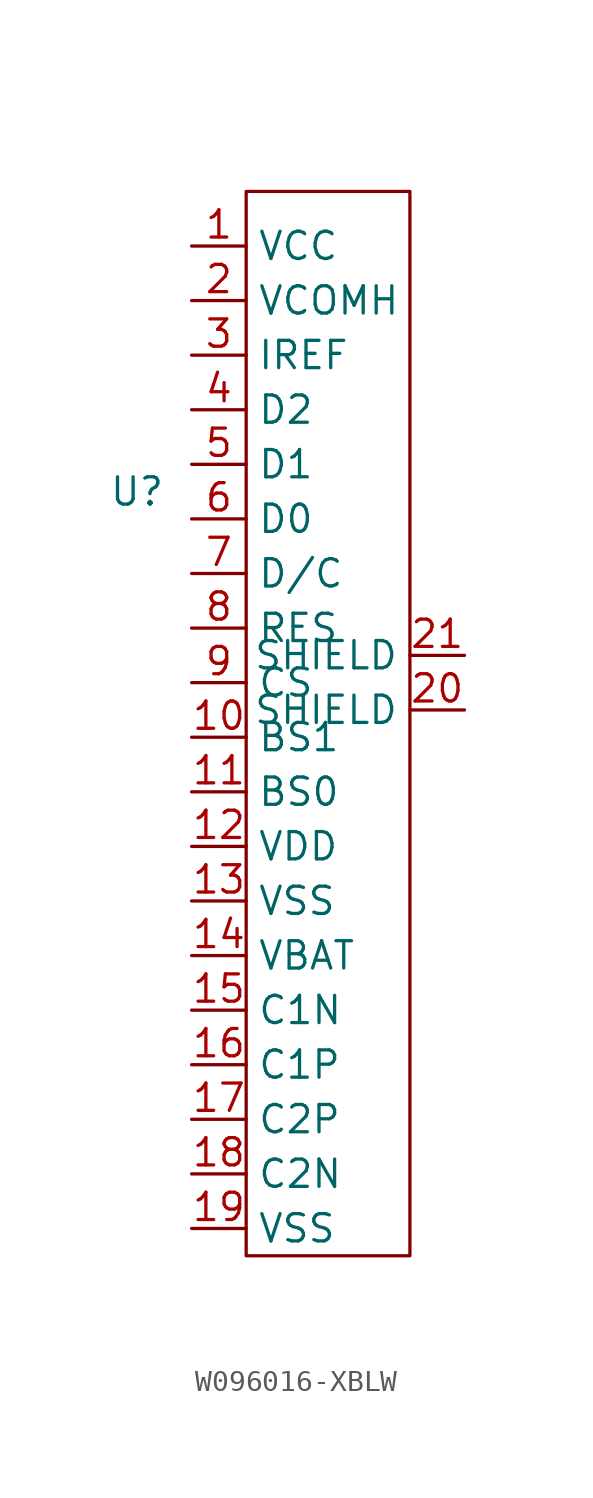
<source format=kicad_sym>
(kicad_symbol_lib
  (version 20231120)
  (generator "kicad_symbol_editor")
  (generator_version "8.0")
  (symbol "W096016-XBLW"
    (property "Reference" "U"
      (at 0 0 0)
      (effects (font (size 1.27 1.27))))
    (property "Value" ""
      (at 0 0 0)
      (effects (font (size 1.27 1.27))))
    (symbol "W096016-XBLW_0_1"
      (polyline (pts (xy 5.08 13.97) (xy 12.7 13.97) (xy 12.7 -35.56) (xy 5.08 -35.56) (xy 5.08 13.97)) (stroke (width 0) (type default)) (fill (type none))))
    (symbol "W096016-XBLW_1_1"
      (pin input line (at 2.54 11.43 0) (length 2.54) (name "VCC" (effects (font (size 1.27 1.27)))) (number "1" (effects (font (size 1.27 1.27)))))
      (pin input line (at 2.54 -11.43 0) (length 2.54) (name "BS1" (effects (font (size 1.27 1.27)))) (number "10" (effects (font (size 1.27 1.27)))))
      (pin input line (at 2.54 -13.97 0) (length 2.54) (name "BS0" (effects (font (size 1.27 1.27)))) (number "11" (effects (font (size 1.27 1.27)))))
      (pin input line (at 2.54 -16.51 0) (length 2.54) (name "VDD" (effects (font (size 1.27 1.27)))) (number "12" (effects (font (size 1.27 1.27)))))
      (pin input line (at 2.54 -19.05 0) (length 2.54) (name "VSS" (effects (font (size 1.27 1.27)))) (number "13" (effects (font (size 1.27 1.27)))))
      (pin input line (at 2.54 -21.59 0) (length 2.54) (name "VBAT" (effects (font (size 1.27 1.27)))) (number "14" (effects (font (size 1.27 1.27)))))
      (pin input line (at 2.54 -24.13 0) (length 2.54) (name "C1N" (effects (font (size 1.27 1.27)))) (number "15" (effects (font (size 1.27 1.27)))))
      (pin input line (at 2.54 -26.67 0) (length 2.54) (name "C1P" (effects (font (size 1.27 1.27)))) (number "16" (effects (font (size 1.27 1.27)))))
      (pin input line (at 2.54 -29.21 0) (length 2.54) (name "C2P" (effects (font (size 1.27 1.27)))) (number "17" (effects (font (size 1.27 1.27)))))
      (pin input line (at 2.54 -31.75 0) (length 2.54) (name "C2N" (effects (font (size 1.27 1.27)))) (number "18" (effects (font (size 1.27 1.27)))))
      (pin input line (at 2.54 -34.29 0) (length 2.54) (name "VSS" (effects (font (size 1.27 1.27)))) (number "19" (effects (font (size 1.27 1.27)))))
      (pin input line (at 2.54 8.89 0) (length 2.54) (name "VCOMH" (effects (font (size 1.27 1.27)))) (number "2" (effects (font (size 1.27 1.27)))))
      (pin input line (at 15.24 -10.16 180) (length 2.54) (name "SHIELD" (effects (font (size 1.27 1.27)))) (number "20" (effects (font (size 1.27 1.27)))))
      (pin input line (at 15.24 -7.62 180) (length 2.54) (name "SHIELD" (effects (font (size 1.27 1.27)))) (number "21" (effects (font (size 1.27 1.27)))))
      (pin input line (at 2.54 6.35 0) (length 2.54) (name "IREF" (effects (font (size 1.27 1.27)))) (number "3" (effects (font (size 1.27 1.27)))))
      (pin input line (at 2.54 3.81 0) (length 2.54) (name "D2" (effects (font (size 1.27 1.27)))) (number "4" (effects (font (size 1.27 1.27)))))
      (pin input line (at 2.54 1.27 0) (length 2.54) (name "D1" (effects (font (size 1.27 1.27)))) (number "5" (effects (font (size 1.27 1.27)))))
      (pin input line (at 2.54 -1.27 0) (length 2.54) (name "D0" (effects (font (size 1.27 1.27)))) (number "6" (effects (font (size 1.27 1.27)))))
      (pin input line (at 2.54 -3.81 0) (length 2.54) (name "D/C" (effects (font (size 1.27 1.27)))) (number "7" (effects (font (size 1.27 1.27)))))
      (pin input line (at 2.54 -6.35 0) (length 2.54) (name "RES" (effects (font (size 1.27 1.27)))) (number "8" (effects (font (size 1.27 1.27)))))
      (pin input line (at 2.54 -8.89 0) (length 2.54) (name "CS" (effects (font (size 1.27 1.27)))) (number "9" (effects (font (size 1.27 1.27))))))))
</source>
